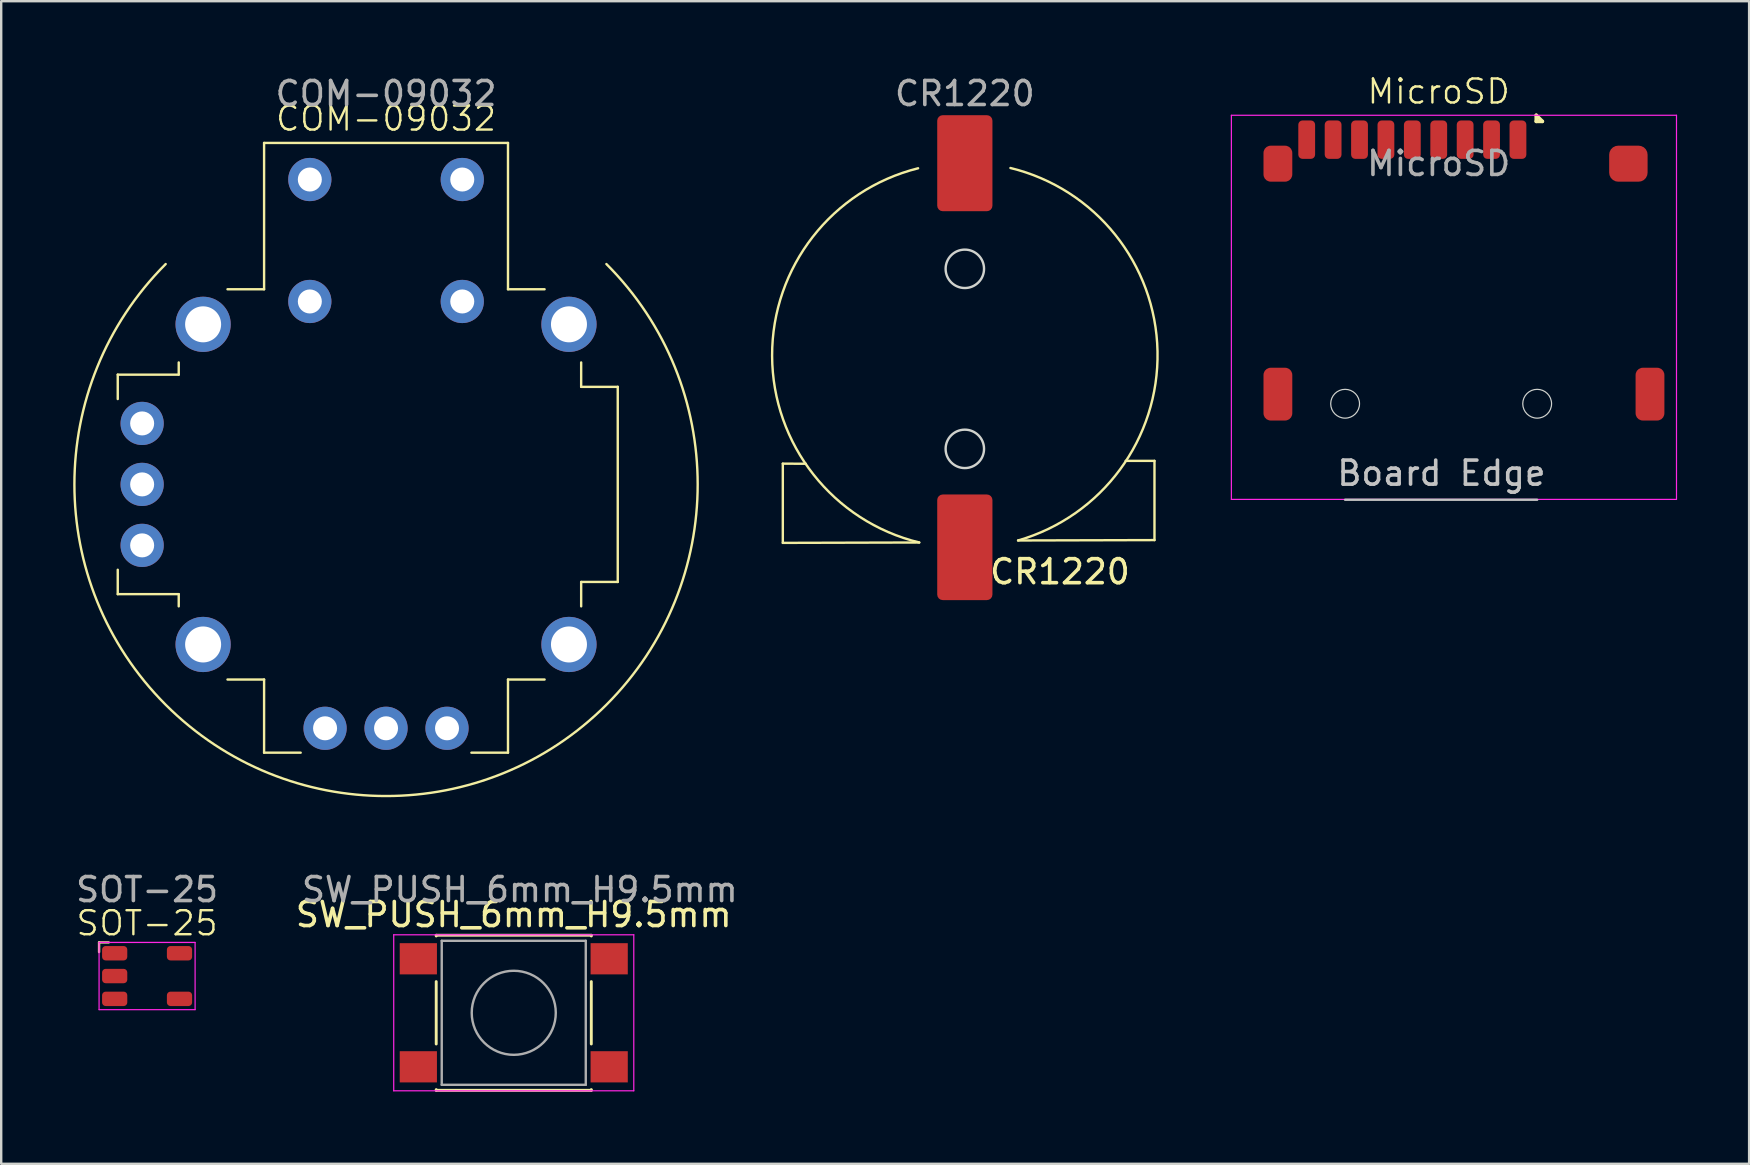
<source format=kicad_pcb>
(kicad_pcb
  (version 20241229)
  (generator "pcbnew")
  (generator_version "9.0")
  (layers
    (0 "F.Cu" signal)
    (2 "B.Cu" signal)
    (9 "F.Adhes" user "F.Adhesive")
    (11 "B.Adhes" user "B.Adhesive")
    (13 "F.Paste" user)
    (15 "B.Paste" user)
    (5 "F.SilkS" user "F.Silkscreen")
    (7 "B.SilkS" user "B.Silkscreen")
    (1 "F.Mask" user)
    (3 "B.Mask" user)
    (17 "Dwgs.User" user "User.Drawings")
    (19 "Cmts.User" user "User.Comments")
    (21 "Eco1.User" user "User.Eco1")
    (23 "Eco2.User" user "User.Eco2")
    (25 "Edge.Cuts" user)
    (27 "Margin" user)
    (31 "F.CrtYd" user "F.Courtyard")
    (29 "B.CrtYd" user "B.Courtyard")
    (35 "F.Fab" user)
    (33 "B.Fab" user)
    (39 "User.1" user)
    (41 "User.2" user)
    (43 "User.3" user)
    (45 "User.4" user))
  (footprint "CR1220"
    (layer "F.Cu")
    (at 37.141 11.622)
    (property "Reference" "CR1220" (at 3.962 9.144 0) (unlocked yes) (layer "F.SilkS") (effects (font (size 1 1) (thickness 0.15))))
    (attr smd)
    (fp_line (start -7.582 7.942) (end -7.582 4.642) (stroke (width 0.1) (type default)) (layer "F.SilkS"))
    (fp_line (start -6.627 4.646) (end -7.582 4.642) (stroke (width 0.1) (type default)) (layer "F.SilkS"))
    (fp_line (start -1.9 7.926) (end -7.582 7.942) (stroke (width 0.1) (type default)) (layer "F.SilkS"))
    (fp_line (start 2.218 7.842) (end 7.9 7.826) (stroke (width 0.1) (type default)) (layer "F.SilkS"))
    (fp_line (start 7.9 4.526) (end 6.7 4.526) (stroke (width 0.1) (type default)) (layer "F.SilkS"))
    (fp_line (start 7.9 7.826) (end 7.9 4.526) (stroke (width 0.1) (type default)) (layer "F.SilkS"))
    (fp_arc (start -1.9 7.925999) (mid -8.028038 0.150253) (end -1.947094 -7.662377) (stroke (width 0.1) (type default)) (layer "F.SilkS"))
    (fp_arc (start 1.9 -7.673999) (mid 8.026387 -0.038618) (end 2.218217 7.841536) (stroke (width 0.1) (type default)) (layer "F.SilkS"))
    (fp_circle (center 0 -3.474) (end 0.8 -3.474) (stroke (width 0.1) (type default)) (fill no) (layer "Edge.Cuts"))
    (fp_circle (center 0 4.026) (end 0.8 4.026) (stroke (width 0.1) (type default)) (fill no) (layer "Edge.Cuts"))
    (fp_text user "${REFERENCE}" (at 0 -10.774 0) (unlocked yes) (layer "F.Fab") (effects (font (size 1 1) (thickness 0.15))))
    (pad "1" smd roundrect (at 0 8.126) (size 2.3 4.4) (layers "F.Cu" "F.Mask" "F.Paste") (roundrect_rratio 0.1))
    (pad "2" smd roundrect (at 0 -7.874) (size 2.3 4) (layers "F.Cu" "F.Mask" "F.Paste") (roundrect_rratio 0.1)))
  (footprint "COM-09032"
    (layer "F.Cu")
    (at 13.031 17.128)
    (property "Reference" "COM-09032" (at 0 -15.24 0) (unlocked yes) (layer "F.SilkS") (effects (font (size 1 1) (thickness 0.1))))
    (attr through_hole)
    (fp_line (start -11.176 -4.572) (end -11.176 -3.556) (stroke (width 0.1) (type default)) (layer "F.SilkS"))
    (fp_line (start -11.176 3.556) (end -11.176 4.572) (stroke (width 0.1) (type default)) (layer "F.SilkS"))
    (fp_line (start -8.636 -5.08) (end -8.636 -4.572) (stroke (width 0.1) (type default)) (layer "F.SilkS"))
    (fp_line (start -8.636 -4.572) (end -11.176 -4.572) (stroke (width 0.1) (type default)) (layer "F.SilkS"))
    (fp_line (start -8.636 4.572) (end -11.176 4.572) (stroke (width 0.1) (type default)) (layer "F.SilkS"))
    (fp_line (start -8.636 4.572) (end -8.636 5.08) (stroke (width 0.1) (type default)) (layer "F.SilkS"))
    (fp_line (start -5.08 -14.224) (end -5.08 -8.128) (stroke (width 0.1) (type default)) (layer "F.SilkS"))
    (fp_line (start -5.08 -14.224) (end 5.08 -14.224) (stroke (width 0.1) (type default)) (layer "F.SilkS"))
    (fp_line (start -5.08 -8.128) (end -6.604 -8.128) (stroke (width 0.1) (type default)) (layer "F.SilkS"))
    (fp_line (start -5.08 8.128) (end -6.604 8.128) (stroke (width 0.1) (type default)) (layer "F.SilkS"))
    (fp_line (start -5.08 11.176) (end -5.08 8.128) (stroke (width 0.1) (type default)) (layer "F.SilkS"))
    (fp_line (start -3.556 11.176) (end -5.08 11.176) (stroke (width 0.1) (type default)) (layer "F.SilkS"))
    (fp_line (start 5.08 -14.224) (end 5.08 -8.128) (stroke (width 0.1) (type default)) (layer "F.SilkS"))
    (fp_line (start 5.08 11.176) (end 3.556 11.176) (stroke (width 0.1) (type default)) (layer "F.SilkS"))
    (fp_line (start 5.08 11.176) (end 5.08 8.128) (stroke (width 0.1) (type default)) (layer "F.SilkS"))
    (fp_line (start 6.604 -8.128) (end 5.08 -8.128) (stroke (width 0.1) (type default)) (layer "F.SilkS"))
    (fp_line (start 6.604 8.128) (end 5.08 8.128) (stroke (width 0.1) (type default)) (layer "F.SilkS"))
    (fp_line (start 8.128 -4.064) (end 8.128 -5.08) (stroke (width 0.1) (type default)) (layer "F.SilkS"))
    (fp_line (start 8.128 4.064) (end 9.652 4.064) (stroke (width 0.1) (type default)) (layer "F.SilkS"))
    (fp_line (start 8.128 5.08) (end 8.128 4.064) (stroke (width 0.1) (type default)) (layer "F.SilkS"))
    (fp_line (start 9.652 -4.064) (end 8.128 -4.064) (stroke (width 0.1) (type default)) (layer "F.SilkS"))
    (fp_line (start 9.652 4.064) (end 9.652 -4.064) (stroke (width 0.1) (type default)) (layer "F.SilkS"))
    (fp_arc (start 9.17921 -9.17921) (mid 0 12.981363) (end -9.17921 -9.17921) (stroke (width 0.1) (type default)) (layer "F.SilkS"))
    (fp_text user "${REFERENCE}" (at 0 -16.28 0) (unlocked yes) (layer "F.Fab") (effects (font (size 1 1) (thickness 0.15))))
    (pad "B1" thru_hole circle (at -3.175 -12.7) (size 1.8 1.8) (drill 1) (layers "*.Cu" "*.Mask"))
    (pad "B1" thru_hole circle (at 3.175 -12.7) (size 1.8 1.8) (drill 1) (layers "*.Cu" "*.Mask"))
    (pad "B2" thru_hole circle (at -3.175 -7.62) (size 1.8 1.8) (drill 1) (layers "*.Cu" "*.Mask"))
    (pad "B2" thru_hole circle (at 3.175 -7.62) (size 1.8 1.8) (drill 1) (layers "*.Cu" "*.Mask"))
    (pad "H1" thru_hole circle (at -2.54 10.16) (size 1.8 1.8) (drill 1) (layers "*.Cu" "*.Mask"))
    (pad "H2" thru_hole circle (at 0 10.16) (size 1.8 1.8) (drill 1) (layers "*.Cu" "*.Mask"))
    (pad "H3" thru_hole circle (at 2.54 10.16) (size 1.8 1.8) (drill 1) (layers "*.Cu" "*.Mask"))
    (pad "S1" thru_hole circle (at -7.62 -6.668) (size 2.3 2.3) (drill 1.5) (layers "*.Cu" "*.Mask"))
    (pad "S1" thru_hole circle (at -7.62 6.668) (size 2.3 2.3) (drill 1.5) (layers "*.Cu" "*.Mask"))
    (pad "S1" thru_hole circle (at 7.62 -6.668) (size 2.3 2.3) (drill 1.5) (layers "*.Cu" "*.Mask"))
    (pad "S1" thru_hole circle (at 7.62 6.668) (size 2.3 2.3) (drill 1.5) (layers "*.Cu" "*.Mask"))
    (pad "V1" thru_hole circle (at -10.16 -2.54) (size 1.8 1.8) (drill 1) (layers "*.Cu" "*.Mask"))
    (pad "V2" thru_hole circle (at -10.16 0) (size 1.8 1.8) (drill 1) (layers "*.Cu" "*.Mask"))
    (pad "V3" thru_hole circle (at -10.16 2.54) (size 1.8 1.8) (drill 1) (layers "*.Cu" "*.Mask")))
  (footprint "MicroSD"
    (layer "F.Cu")
    (at 60.182 2.768)
    (property "Reference" "MicroSD" (at -3.302 -2.008 0) (unlocked yes) (layer "F.SilkS") (effects (font (size 1 1) (thickness 0.1))))
    (attr smd)
    (fp_line (start 0.762 -1.016) (end 1.016 -0.762) (stroke (width 0.15) (type default)) (layer "F.SilkS"))
    (fp_line (start 0.762 -0.762) (end 0.762 -1.016) (stroke (width 0.15) (type default)) (layer "F.SilkS"))
    (fp_line (start 1.016 -0.762) (end 0.762 -0.762) (stroke (width 0.15) (type default)) (layer "F.SilkS"))
    (fp_line (start -7.2 15) (end 0.8 15) (stroke (width 0.1) (type default)) (layer "Dwgs.User"))
    (fp_circle (center -7.2 11) (end -6.6 11) (stroke (width 0.05) (type default)) (fill no) (layer "Edge.Cuts"))
    (fp_circle (center 0.8 11) (end 1.4 11) (stroke (width 0.05) (type default)) (fill no) (layer "Edge.Cuts"))
    (fp_line (start -11.938 -1.016) (end -11.938 14.986) (stroke (width 0.05) (type default)) (layer "F.CrtYd"))
    (fp_line (start -11.938 14.986) (end 6.604 14.986) (stroke (width 0.05) (type default)) (layer "F.CrtYd"))
    (fp_line (start 6.604 -1.016) (end -11.938 -1.016) (stroke (width 0.05) (type default)) (layer "F.CrtYd"))
    (fp_line (start 6.604 14.986) (end 6.604 -1.016) (stroke (width 0.05) (type default)) (layer "F.CrtYd"))
    (fp_text user "Board Edge" (at -7.62 14.478 0) (unlocked yes) (layer "Dwgs.User") (effects (font (size 1 1) (thickness 0.15)) (justify left bottom)))
    (fp_text user "${REFERENCE}" (at -3.302 0.992 0) (unlocked yes) (layer "F.Fab") (effects (font (size 1 1) (thickness 0.15))))
    (pad "1" smd roundrect (at 0 0) (size 0.7 1.6) (layers "F.Cu" "F.Mask" "F.Paste") (roundrect_rratio 0.25))
    (pad "2" smd roundrect (at -1.1 0) (size 0.7 1.6) (layers "F.Cu" "F.Mask" "F.Paste") (roundrect_rratio 0.25))
    (pad "3" smd roundrect (at -2.2 0) (size 0.7 1.6) (layers "F.Cu" "F.Mask" "F.Paste") (roundrect_rratio 0.25))
    (pad "4" smd roundrect (at -3.3 0) (size 0.7 1.6) (layers "F.Cu" "F.Mask" "F.Paste") (roundrect_rratio 0.25))
    (pad "5" smd roundrect (at -4.4 0) (size 0.7 1.6) (layers "F.Cu" "F.Mask" "F.Paste") (roundrect_rratio 0.25))
    (pad "6" smd roundrect (at -5.5 0) (size 0.7 1.6) (layers "F.Cu" "F.Mask" "F.Paste") (roundrect_rratio 0.25))
    (pad "7" smd roundrect (at -6.6 0) (size 0.7 1.6) (layers "F.Cu" "F.Mask" "F.Paste") (roundrect_rratio 0.25))
    (pad "8" smd roundrect (at -7.7 0) (size 0.7 1.6) (layers "F.Cu" "F.Mask" "F.Paste") (roundrect_rratio 0.25))
    (pad "9" smd roundrect (at -8.8 0) (size 0.7 1.6) (layers "F.Cu" "F.Mask" "F.Paste") (roundrect_rratio 0.25))
    (pad "10" smd roundrect (at -10 1) (size 1.2 1.5) (layers "F.Cu" "F.Mask" "F.Paste") (roundrect_rratio 0.25))
    (pad "10" smd roundrect (at -10 10.6) (size 1.2 2.2) (layers "F.Cu" "F.Mask" "F.Paste") (roundrect_rratio 0.25))
    (pad "10" smd roundrect (at 4.6 1) (size 1.6 1.5) (layers "F.Cu" "F.Mask" "F.Paste") (roundrect_rratio 0.25))
    (pad "10" smd roundrect (at 5.5 10.6) (size 1.2 2.2) (layers "F.Cu" "F.Mask" "F.Paste") (roundrect_rratio 0.25)))
  (footprint "SOT-25"
    (layer "F.Cu")
    (at 3.077 37.608)
    (property "Reference" "SOT-25" (at 0 -2.2 0) (unlocked yes) (layer "F.SilkS") (effects (font (size 1 1) (thickness 0.1))))
    (attr smd)
    (fp_line (start -2 -1.4) (end -2 -1) (stroke (width 0.1) (type default)) (layer "F.SilkS"))
    (fp_line (start -1.6 -1.4) (end -2 -1.4) (stroke (width 0.1) (type default)) (layer "F.SilkS"))
    (fp_line (start -2 -1.4) (end -2 1.4) (stroke (width 0.05) (type default)) (layer "F.CrtYd"))
    (fp_line (start -2 1.4) (end 2 1.4) (stroke (width 0.05) (type default)) (layer "F.CrtYd"))
    (fp_line (start 2 -1.4) (end -2 -1.4) (stroke (width 0.05) (type default)) (layer "F.CrtYd"))
    (fp_line (start 2 1.4) (end 2 -1.4) (stroke (width 0.05) (type default)) (layer "F.CrtYd"))
    (fp_text user "${REFERENCE}" (at 0 -3.6 0) (unlocked yes) (layer "F.Fab") (effects (font (size 1 1) (thickness 0.15))))
    (pad "1" smd roundrect (at -1.35 -0.95) (size 1.05 0.6) (layers "F.Cu" "F.Mask" "F.Paste") (roundrect_rratio 0.25))
    (pad "2" smd roundrect (at -1.35 0) (size 1.05 0.6) (layers "F.Cu" "F.Mask" "F.Paste") (roundrect_rratio 0.25))
    (pad "3" smd roundrect (at -1.35 0.95) (size 1.05 0.6) (layers "F.Cu" "F.Mask" "F.Paste") (roundrect_rratio 0.25))
    (pad "4" smd roundrect (at 1.35 0.95) (size 1.05 0.6) (layers "F.Cu" "F.Mask" "F.Paste") (roundrect_rratio 0.25))
    (pad "5" smd roundrect (at 1.35 -0.95) (size 1.05 0.6) (layers "F.Cu" "F.Mask" "F.Paste") (roundrect_rratio 0.25)))
  (footprint "SW_PUSH_6mm_H9.5mm"
    (layer "F.Cu")
    (at 18.351 39.112)
    (property "Reference" "SW_PUSH_6mm_H9.5mm" (at 0 -4.064 0) (unlocked yes) (layer "F.SilkS") (effects (font (size 1 1) (thickness 0.15))))
    (attr smd)
    (fp_line (start -3.23 -3.203) (end 3.23 -3.203) (stroke (width 0.12) (type solid)) (layer "F.SilkS"))
    (fp_line (start -3.23 -3.173) (end -3.23 -3.203) (stroke (width 0.12) (type solid)) (layer "F.SilkS"))
    (fp_line (start -3.23 -1.273) (end -3.23 1.327) (stroke (width 0.12) (type solid)) (layer "F.SilkS"))
    (fp_line (start -3.23 3.257) (end -3.23 3.227) (stroke (width 0.12) (type solid)) (layer "F.SilkS"))
    (fp_line (start -3.23 3.257) (end 3.23 3.257) (stroke (width 0.12) (type solid)) (layer "F.SilkS"))
    (fp_line (start 3.23 -3.203) (end 3.23 -3.173) (stroke (width 0.12) (type solid)) (layer "F.SilkS"))
    (fp_line (start 3.23 -1.273) (end 3.23 1.327) (stroke (width 0.12) (type solid)) (layer "F.SilkS"))
    (fp_line (start 3.23 3.257) (end 3.23 3.227) (stroke (width 0.12) (type solid)) (layer "F.SilkS"))
    (fp_line (start -5 -3.223) (end -5 3.277) (stroke (width 0.05) (type solid)) (layer "F.CrtYd"))
    (fp_line (start -5 -3.223) (end 5 -3.223) (stroke (width 0.05) (type solid)) (layer "F.CrtYd"))
    (fp_line (start -5 3.277) (end 5 3.277) (stroke (width 0.05) (type solid)) (layer "F.CrtYd"))
    (fp_line (start 5 3.277) (end 5 -3.223) (stroke (width 0.05) (type solid)) (layer "F.CrtYd"))
    (fp_line (start -3 -2.973) (end -3 3.027) (stroke (width 0.1) (type solid)) (layer "F.Fab"))
    (fp_line (start -3 3.027) (end 3 3.027) (stroke (width 0.1) (type solid)) (layer "F.Fab"))
    (fp_line (start 3 -2.973) (end -3 -2.973) (stroke (width 0.1) (type solid)) (layer "F.Fab"))
    (fp_line (start 3 3.027) (end 3 -2.973) (stroke (width 0.1) (type solid)) (layer "F.Fab"))
    (fp_circle (center 0 0.027) (end 1.75 -0.023) (stroke (width 0.1) (type solid)) (fill no) (layer "F.Fab"))
    (fp_text user "${REFERENCE}" (at 0.254 -5.104 0) (unlocked yes) (layer "F.Fab") (effects (font (size 1 1) (thickness 0.15))))
    (pad "1" smd rect (at -3.975 -2.223) (size 1.55 1.3) (layers "F.Cu" "F.Mask" "F.Paste"))
    (pad "1" smd rect (at 3.975 -2.223) (size 1.55 1.3) (layers "F.Cu" "F.Mask" "F.Paste"))
    (pad "2" smd rect (at -3.975 2.277) (size 1.55 1.3) (layers "F.Cu" "F.Mask" "F.Paste"))
    (pad "2" smd rect (at 3.975 2.277) (size 1.55 1.3) (layers "F.Cu" "F.Mask" "F.Paste")))
  (gr_rect
    (start -3 -3)
    (end 69.811 45.429)
    (stroke (width 0.1) (type default))
    (fill no)
    (layer "Edge.Cuts")))
</source>
